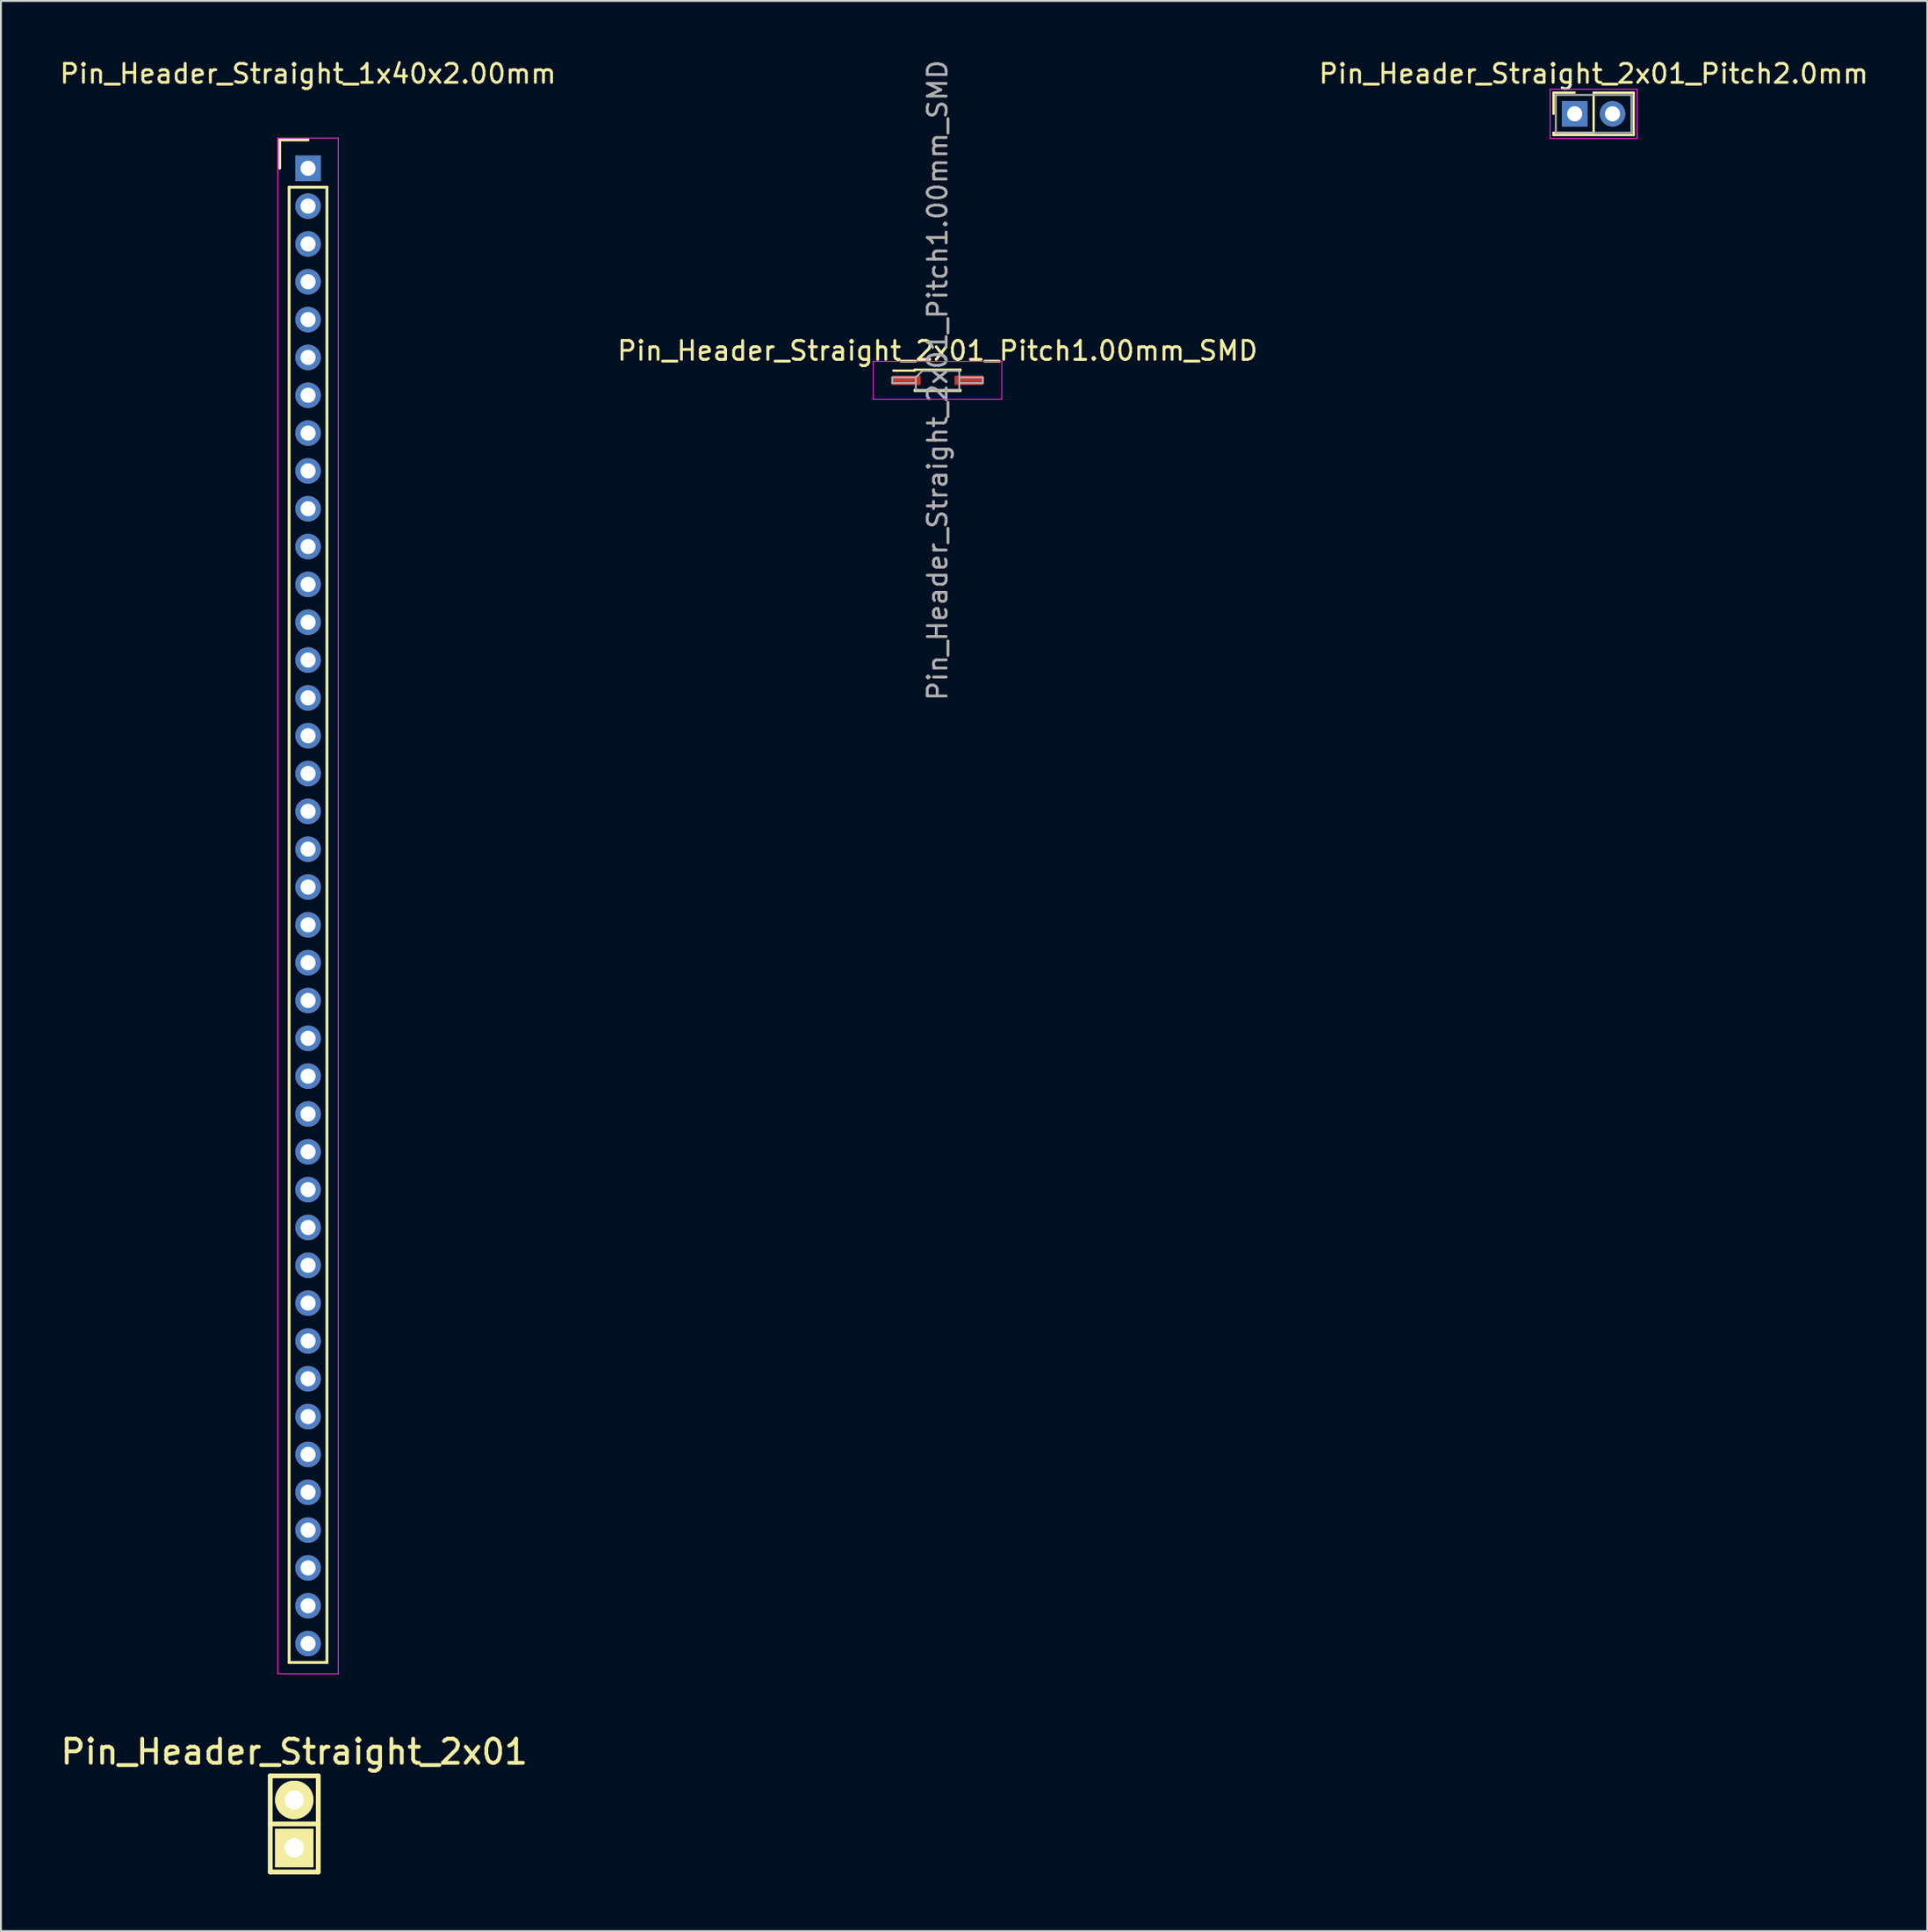
<source format=kicad_pcb>
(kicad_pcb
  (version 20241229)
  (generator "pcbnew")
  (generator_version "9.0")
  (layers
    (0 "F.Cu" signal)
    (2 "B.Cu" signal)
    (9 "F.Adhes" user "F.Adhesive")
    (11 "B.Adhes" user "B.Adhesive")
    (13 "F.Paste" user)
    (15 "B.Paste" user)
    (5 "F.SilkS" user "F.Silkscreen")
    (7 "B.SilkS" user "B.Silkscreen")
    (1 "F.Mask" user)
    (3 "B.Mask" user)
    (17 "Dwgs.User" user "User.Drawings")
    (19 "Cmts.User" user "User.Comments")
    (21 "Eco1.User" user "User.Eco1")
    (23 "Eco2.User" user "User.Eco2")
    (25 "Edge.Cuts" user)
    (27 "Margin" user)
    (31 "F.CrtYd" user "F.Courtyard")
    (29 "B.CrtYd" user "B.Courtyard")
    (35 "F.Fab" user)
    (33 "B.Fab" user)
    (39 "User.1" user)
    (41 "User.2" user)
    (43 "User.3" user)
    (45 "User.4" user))
  (footprint "Pin_Header_Straight_2x01_Pitch2.0mm"
    (layer "F.Cu")
    (at 80.244 2.968)
    (property "Reference" "Pin_Header_Straight_2x01_Pitch2.0mm" (at 1 -2.12 0) (layer "F.SilkS") (effects (font (size 1 1) (thickness 0.15))))
    (attr through_hole)
    (fp_line (start -1.12 -1.12) (end 0 -1.12) (stroke (width 0.12) (type solid)) (layer "F.SilkS"))
    (fp_line (start -1.12 0) (end -1.12 -1.12) (stroke (width 0.12) (type solid)) (layer "F.SilkS"))
    (fp_line (start -1.12 1) (end -1.12 1.12) (stroke (width 0.12) (type solid)) (layer "F.SilkS"))
    (fp_line (start -1.12 1.12) (end 3.12 1.12) (stroke (width 0.12) (type solid)) (layer "F.SilkS"))
    (fp_line (start 1 -1.12) (end 1 1) (stroke (width 0.12) (type solid)) (layer "F.SilkS"))
    (fp_line (start 1 1) (end -1.12 1) (stroke (width 0.12) (type solid)) (layer "F.SilkS"))
    (fp_line (start 3.12 -1.12) (end 1 -1.12) (stroke (width 0.12) (type solid)) (layer "F.SilkS"))
    (fp_line (start 3.12 1.12) (end 3.12 -1.12) (stroke (width 0.12) (type solid)) (layer "F.SilkS"))
    (fp_line (start -1.3 -1.3) (end -1.3 1.3) (stroke (width 0.05) (type solid)) (layer "F.CrtYd"))
    (fp_line (start -1.3 1.3) (end 3.3 1.3) (stroke (width 0.05) (type solid)) (layer "F.CrtYd"))
    (fp_line (start 3.3 -1.3) (end -1.3 -1.3) (stroke (width 0.05) (type solid)) (layer "F.CrtYd"))
    (fp_line (start 3.3 1.3) (end 3.3 -1.3) (stroke (width 0.05) (type solid)) (layer "F.CrtYd"))
    (fp_line (start -1 -1) (end -1 1) (stroke (width 0.1) (type solid)) (layer "F.Fab"))
    (fp_line (start -1 1) (end 3 1) (stroke (width 0.1) (type solid)) (layer "F.Fab"))
    (fp_line (start 3 -1) (end -1 -1) (stroke (width 0.1) (type solid)) (layer "F.Fab"))
    (fp_line (start 3 1) (end 3 -1) (stroke (width 0.1) (type solid)) (layer "F.Fab"))
    (pad "1" thru_hole rect (at 0 0) (size 1.35 1.35) (drill 0.8) (layers "*.Cu" "*.Mask"))
    (pad "2" thru_hole oval (at 2 0) (size 1.35 1.35) (drill 0.8) (layers "*.Cu" "*.Mask")))
  (footprint "Pin_Header_Straight_1x40x2.00mm"
    (layer "F.Cu")
    (at 13.244 5.848)
    (property "Reference" "Pin_Header_Straight_1x40x2.00mm" (at 0 -5 0) (layer "F.SilkS") (effects (font (size 1 1) (thickness 0.15))))
    (attr through_hole)
    (fp_line (start -1.5 -1.5) (end 0 -1.5) (stroke (width 0.15) (type solid)) (layer "F.SilkS"))
    (fp_line (start -1.5 0) (end -1.5 -1.5) (stroke (width 0.15) (type solid)) (layer "F.SilkS"))
    (fp_line (start -1 1) (end 1 1) (stroke (width 0.15) (type solid)) (layer "F.SilkS"))
    (fp_line (start -1 79) (end -1 1) (stroke (width 0.15) (type solid)) (layer "F.SilkS"))
    (fp_line (start 1 1) (end 1 79) (stroke (width 0.15) (type solid)) (layer "F.SilkS"))
    (fp_line (start 1 79) (end -1 79) (stroke (width 0.15) (type solid)) (layer "F.SilkS"))
    (fp_line (start -1.6 -1.6) (end 1.6 -1.6) (stroke (width 0.05) (type solid)) (layer "F.CrtYd"))
    (fp_line (start -1.6 79.6) (end -1.6 -1.6) (stroke (width 0.05) (type solid)) (layer "F.CrtYd"))
    (fp_line (start 1.6 -1.6) (end 1.6 79.6) (stroke (width 0.05) (type solid)) (layer "F.CrtYd"))
    (fp_line (start 1.6 79.6) (end -1.6 79.6) (stroke (width 0.05) (type solid)) (layer "F.CrtYd"))
    (pad "1" thru_hole rect (at 0 0) (size 1.35 1.35) (drill 0.8) (layers "*.Cu" "*.Mask"))
    (pad "2" thru_hole circle (at 0 2) (size 1.35 1.35) (drill 0.8) (layers "*.Cu" "*.Mask"))
    (pad "3" thru_hole circle (at 0 4) (size 1.35 1.35) (drill 0.8) (layers "*.Cu" "*.Mask"))
    (pad "4" thru_hole circle (at 0 6) (size 1.35 1.35) (drill 0.8) (layers "*.Cu" "*.Mask"))
    (pad "5" thru_hole circle (at 0 8) (size 1.35 1.35) (drill 0.8) (layers "*.Cu" "*.Mask"))
    (pad "6" thru_hole circle (at 0 10) (size 1.35 1.35) (drill 0.8) (layers "*.Cu" "*.Mask"))
    (pad "7" thru_hole circle (at 0 12) (size 1.35 1.35) (drill 0.8) (layers "*.Cu" "*.Mask"))
    (pad "8" thru_hole circle (at 0 14) (size 1.35 1.35) (drill 0.8) (layers "*.Cu" "*.Mask"))
    (pad "9" thru_hole circle (at 0 16) (size 1.35 1.35) (drill 0.8) (layers "*.Cu" "*.Mask"))
    (pad "10" thru_hole circle (at 0 18) (size 1.35 1.35) (drill 0.8) (layers "*.Cu" "*.Mask"))
    (pad "11" thru_hole circle (at 0 20) (size 1.35 1.35) (drill 0.8) (layers "*.Cu" "*.Mask"))
    (pad "12" thru_hole circle (at 0 22) (size 1.35 1.35) (drill 0.8) (layers "*.Cu" "*.Mask"))
    (pad "13" thru_hole circle (at 0 24) (size 1.35 1.35) (drill 0.8) (layers "*.Cu" "*.Mask"))
    (pad "14" thru_hole circle (at 0 26) (size 1.35 1.35) (drill 0.8) (layers "*.Cu" "*.Mask"))
    (pad "15" thru_hole circle (at 0 28) (size 1.35 1.35) (drill 0.8) (layers "*.Cu" "*.Mask"))
    (pad "16" thru_hole circle (at 0 30) (size 1.35 1.35) (drill 0.8) (layers "*.Cu" "*.Mask"))
    (pad "17" thru_hole circle (at 0 32) (size 1.35 1.35) (drill 0.8) (layers "*.Cu" "*.Mask"))
    (pad "18" thru_hole circle (at 0 34) (size 1.35 1.35) (drill 0.8) (layers "*.Cu" "*.Mask"))
    (pad "19" thru_hole circle (at 0 36) (size 1.35 1.35) (drill 0.8) (layers "*.Cu" "*.Mask"))
    (pad "20" thru_hole circle (at 0 38) (size 1.35 1.35) (drill 0.8) (layers "*.Cu" "*.Mask"))
    (pad "21" thru_hole circle (at 0 40) (size 1.35 1.35) (drill 0.8) (layers "*.Cu" "*.Mask"))
    (pad "22" thru_hole circle (at 0 42) (size 1.35 1.35) (drill 0.8) (layers "*.Cu" "*.Mask"))
    (pad "23" thru_hole circle (at 0 44) (size 1.35 1.35) (drill 0.8) (layers "*.Cu" "*.Mask"))
    (pad "24" thru_hole circle (at 0 46) (size 1.35 1.35) (drill 0.8) (layers "*.Cu" "*.Mask"))
    (pad "25" thru_hole circle (at 0 48) (size 1.35 1.35) (drill 0.8) (layers "*.Cu" "*.Mask"))
    (pad "26" thru_hole circle (at 0 50) (size 1.35 1.35) (drill 0.8) (layers "*.Cu" "*.Mask"))
    (pad "27" thru_hole circle (at 0 52) (size 1.35 1.35) (drill 0.8) (layers "*.Cu" "*.Mask"))
    (pad "28" thru_hole circle (at 0 54) (size 1.35 1.35) (drill 0.8) (layers "*.Cu" "*.Mask"))
    (pad "29" thru_hole circle (at 0 56) (size 1.35 1.35) (drill 0.8) (layers "*.Cu" "*.Mask"))
    (pad "30" thru_hole circle (at 0 58) (size 1.35 1.35) (drill 0.8) (layers "*.Cu" "*.Mask"))
    (pad "31" thru_hole circle (at 0 60) (size 1.35 1.35) (drill 0.8) (layers "*.Cu" "*.Mask"))
    (pad "32" thru_hole circle (at 0 62) (size 1.35 1.35) (drill 0.8) (layers "*.Cu" "*.Mask"))
    (pad "33" thru_hole circle (at 0 64) (size 1.35 1.35) (drill 0.8) (layers "*.Cu" "*.Mask"))
    (pad "34" thru_hole circle (at 0 66) (size 1.35 1.35) (drill 0.8) (layers "*.Cu" "*.Mask"))
    (pad "35" thru_hole circle (at 0 68) (size 1.35 1.35) (drill 0.8) (layers "*.Cu" "*.Mask"))
    (pad "36" thru_hole circle (at 0 70) (size 1.35 1.35) (drill 0.8) (layers "*.Cu" "*.Mask"))
    (pad "37" thru_hole circle (at 0 72) (size 1.35 1.35) (drill 0.8) (layers "*.Cu" "*.Mask"))
    (pad "38" thru_hole circle (at 0 74) (size 1.35 1.35) (drill 0.8) (layers "*.Cu" "*.Mask"))
    (pad "39" thru_hole circle (at 0 76) (size 1.35 1.35) (drill 0.8) (layers "*.Cu" "*.Mask"))
    (pad "40" thru_hole circle (at 0 78) (size 1.35 1.35) (drill 0.8) (layers "*.Cu" "*.Mask")))
  (footprint "Pin_Header_Straight_2x01_Pitch1.00mm_SMD"
    (layer "F.Cu")
    (at 46.542 17.054)
    (property "Reference" "Pin_Header_Straight_2x01_Pitch1.00mm_SMD" (at 0 -1.56 0) (layer "F.SilkS") (effects (font (size 1 1) (thickness 0.15))))
    (attr smd)
    (fp_line (start -2.34 -0.51) (end -1.21 -0.51) (stroke (width 0.12) (type solid)) (layer "F.SilkS"))
    (fp_line (start -1.21 -0.56) (end -1.21 -0.51) (stroke (width 0.12) (type solid)) (layer "F.SilkS"))
    (fp_line (start -1.21 -0.56) (end 1.21 -0.56) (stroke (width 0.12) (type solid)) (layer "F.SilkS"))
    (fp_line (start -1.21 0.51) (end -1.21 0.56) (stroke (width 0.12) (type solid)) (layer "F.SilkS"))
    (fp_line (start -1.21 0.56) (end 1.21 0.56) (stroke (width 0.12) (type solid)) (layer "F.SilkS"))
    (fp_line (start 1.21 -0.56) (end 1.21 -0.51) (stroke (width 0.12) (type solid)) (layer "F.SilkS"))
    (fp_line (start 1.21 0.51) (end 1.21 0.56) (stroke (width 0.12) (type solid)) (layer "F.SilkS"))
    (fp_line (start -3.4 -1) (end -3.4 1) (stroke (width 0.05) (type solid)) (layer "F.CrtYd"))
    (fp_line (start -3.4 1) (end 3.4 1) (stroke (width 0.05) (type solid)) (layer "F.CrtYd"))
    (fp_line (start 3.4 -1) (end -3.4 -1) (stroke (width 0.05) (type solid)) (layer "F.CrtYd"))
    (fp_line (start 3.4 1) (end 3.4 -1) (stroke (width 0.05) (type solid)) (layer "F.CrtYd"))
    (fp_line (start -2.4 -0.15) (end -2.4 0.15) (stroke (width 0.1) (type solid)) (layer "F.Fab"))
    (fp_line (start -2.4 0.15) (end -1.15 0.15) (stroke (width 0.1) (type solid)) (layer "F.Fab"))
    (fp_line (start -1.15 -0.15) (end -2.4 -0.15) (stroke (width 0.1) (type solid)) (layer "F.Fab"))
    (fp_line (start -1.15 -0.15) (end -0.8 -0.5) (stroke (width 0.1) (type solid)) (layer "F.Fab"))
    (fp_line (start -1.15 0.5) (end -1.15 -0.15) (stroke (width 0.1) (type solid)) (layer "F.Fab"))
    (fp_line (start -0.8 -0.5) (end 1.15 -0.5) (stroke (width 0.1) (type solid)) (layer "F.Fab"))
    (fp_line (start 1.15 -0.5) (end 1.15 0.5) (stroke (width 0.1) (type solid)) (layer "F.Fab"))
    (fp_line (start 1.15 -0.15) (end 2.4 -0.15) (stroke (width 0.1) (type solid)) (layer "F.Fab"))
    (fp_line (start 1.15 0.5) (end -1.15 0.5) (stroke (width 0.1) (type solid)) (layer "F.Fab"))
    (fp_line (start 2.4 -0.15) (end 2.4 0.15) (stroke (width 0.1) (type solid)) (layer "F.Fab"))
    (fp_line (start 2.4 0.15) (end 1.15 0.15) (stroke (width 0.1) (type solid)) (layer "F.Fab"))
    (fp_text user "${REFERENCE}" (at 0 0 90) (layer "F.Fab") (effects (font (size 1 1) (thickness 0.15))))
    (pad "1" smd rect (at -1.65 0) (size 1.5 0.5) (layers "F.Cu" "F.Mask" "F.Paste"))
    (pad "2" smd rect (at 1.65 0) (size 1.5 0.5) (layers "F.Cu" "F.Mask" "F.Paste")))
  (footprint "Pin_Header_Straight_2x01"
    (layer "F.Cu")
    (at 12.515 93.383)
    (property "Reference" "Pin_Header_Straight_2x01" (at 0 -3.81 0) (layer "F.SilkS") (effects (font (size 1.27 1.27) (thickness 0.203))))
    (attr through_hole)
    (fp_line (start -1.27 -2.54) (end -1.27 0) (stroke (width 0.254) (type solid)) (layer "F.SilkS"))
    (fp_line (start -1.27 0) (end -1.27 2.54) (stroke (width 0.254) (type solid)) (layer "F.SilkS"))
    (fp_line (start -1.27 0) (end 1.27 0) (stroke (width 0.254) (type solid)) (layer "F.SilkS"))
    (fp_line (start -1.27 2.54) (end 1.27 2.54) (stroke (width 0.254) (type solid)) (layer "F.SilkS"))
    (fp_line (start 1.27 -2.54) (end -1.27 -2.54) (stroke (width 0.254) (type solid)) (layer "F.SilkS"))
    (fp_line (start 1.27 0) (end 1.27 -2.54) (stroke (width 0.254) (type solid)) (layer "F.SilkS"))
    (fp_line (start 1.27 2.54) (end 1.27 0) (stroke (width 0.254) (type solid)) (layer "F.SilkS"))
    (pad "1" thru_hole rect (at 0 1.27) (size 2.032 2.032) (drill 1.016) (layers "*.Cu" "*.Mask" "F.SilkS"))
    (pad "2" thru_hole oval (at 0 -1.27) (size 2.032 2.032) (drill 1.016) (layers "*.Cu" "*.Mask" "F.SilkS")))
  (gr_rect
    (start -3 -3)
    (end 98.893 99.05)
    (stroke (width 0.1) (type default))
    (fill no)
    (layer "Edge.Cuts")))
</source>
